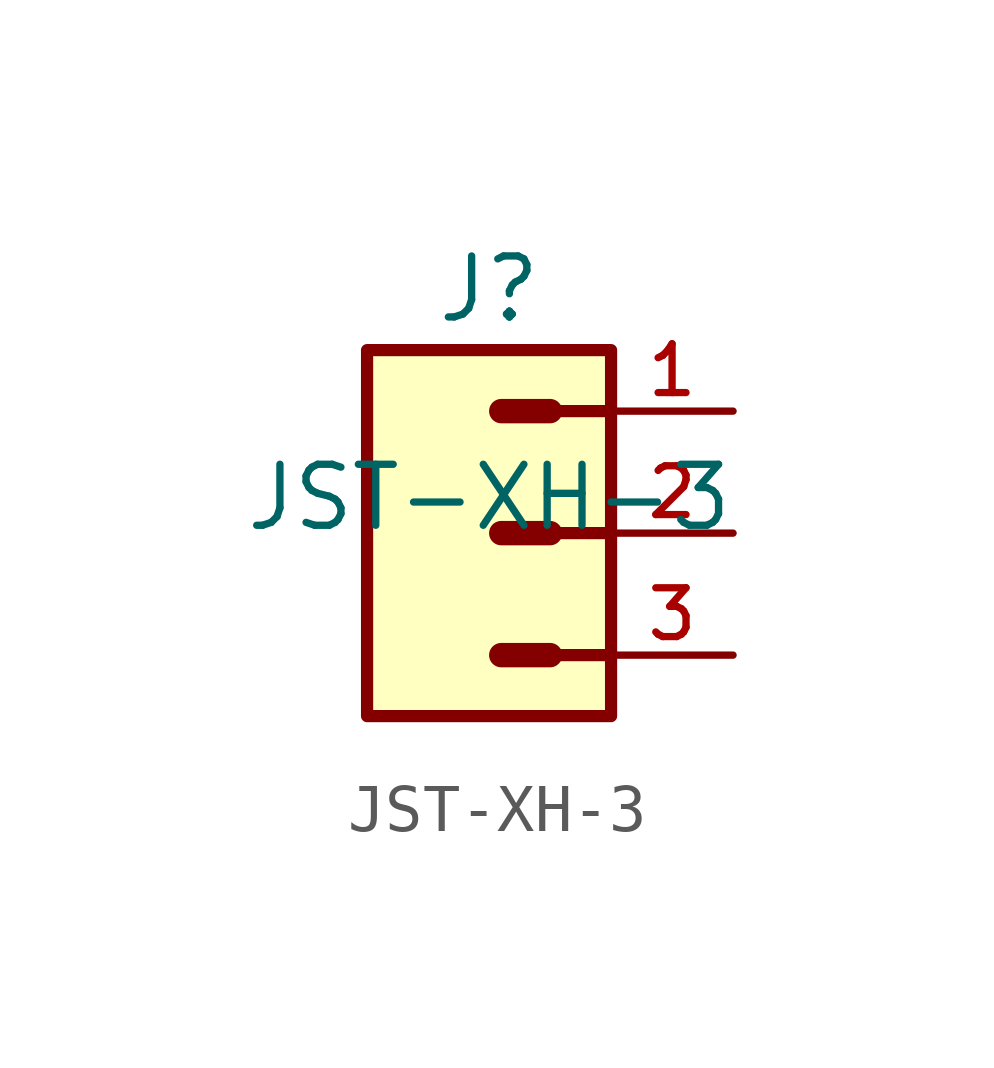
<source format=kicad_sym>
(kicad_symbol_lib
  (version 20211014)
  (generator kicad_symbol_editor)
  (symbol "JST-XH-3"
    (pin_names
      (offset 1.016))
    (property "Reference" "J"
      (at 0.0 5.08 0)
      (effects (font (size 1.27 1.27))))
    (property "Value" "JST-XH-3"
      (at 0 0.0 0)
      (effects (font (size 1.27 1.27)) (justify bottom)))
    (symbol "JST-XH-3_0_0"
      (polyline (pts (xy 2.54 2.54) (xy 1.27 2.54)) (stroke (width 0.254)))
      (polyline (pts (xy 2.54 0.0) (xy 1.27 0.0)) (stroke (width 0.254)))
      (polyline (pts (xy 1.27 2.54) (xy 0.254 2.54)) (stroke (width 0.508)))
      (polyline (pts (xy 1.27 0.0) (xy 0.254 0.0)) (stroke (width 0.508)))
      (polyline (pts (xy 1.27 -2.54) (xy 0.254 -2.54)) (stroke (width 0.508)))
      (polyline (pts (xy 2.54 -2.54) (xy 1.27 -2.54)) (stroke (width 0.254)))
      (rectangle (start -2.54 -3.81) (end 2.54 3.81) (stroke (width 0.254)) (fill (type background)))
      (pin bidirectional line (at 5.08 2.54 180.0) (length 2.54) (name "~" (effects (font (size 1.016 1.016)))) (number "1" (effects (font (size 1.016 1.016)))))
      (pin bidirectional line (at 5.08 0.0 180.0) (length 2.54) (name "~" (effects (font (size 1.016 1.016)))) (number "2" (effects (font (size 1.016 1.016)))))
      (pin bidirectional line (at 5.08 -2.54 180.0) (length 2.54) (name "~" (effects (font (size 1.016 1.016)))) (number "3" (effects (font (size 1.016 1.016))))))))
</source>
